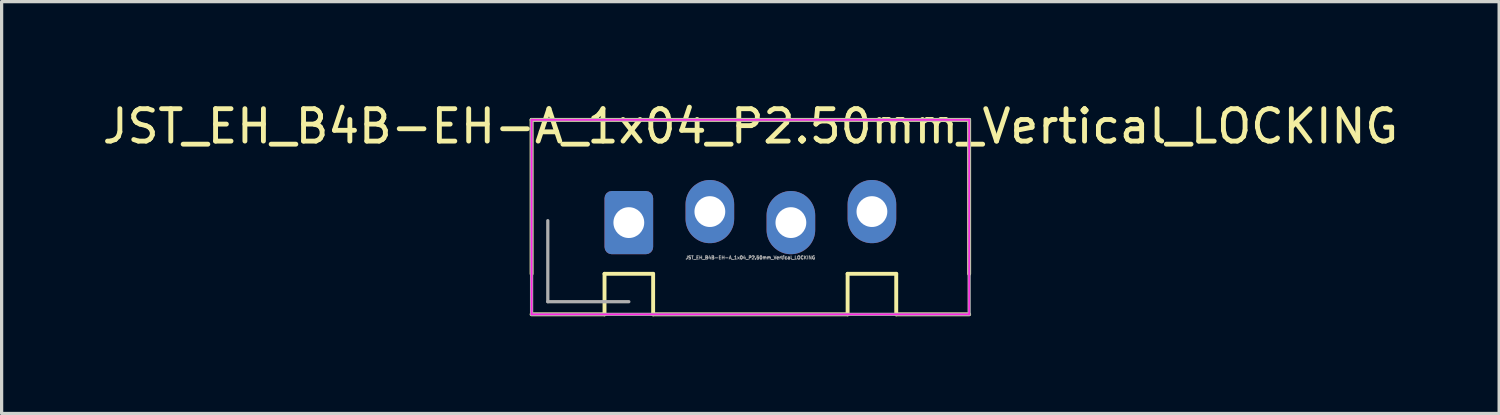
<source format=kicad_pcb>
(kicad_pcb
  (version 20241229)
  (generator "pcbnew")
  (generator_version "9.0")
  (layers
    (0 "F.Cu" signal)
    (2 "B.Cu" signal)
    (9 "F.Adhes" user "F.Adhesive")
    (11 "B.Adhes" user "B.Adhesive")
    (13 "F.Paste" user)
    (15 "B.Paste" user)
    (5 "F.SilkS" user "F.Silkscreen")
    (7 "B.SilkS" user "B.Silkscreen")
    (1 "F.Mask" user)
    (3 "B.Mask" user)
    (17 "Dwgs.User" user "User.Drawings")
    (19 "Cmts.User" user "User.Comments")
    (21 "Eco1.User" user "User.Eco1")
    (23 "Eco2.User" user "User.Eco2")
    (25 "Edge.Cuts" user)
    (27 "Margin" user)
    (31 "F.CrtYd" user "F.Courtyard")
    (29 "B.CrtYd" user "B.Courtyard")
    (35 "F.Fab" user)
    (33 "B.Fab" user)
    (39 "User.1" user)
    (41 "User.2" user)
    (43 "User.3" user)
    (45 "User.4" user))
  (footprint "JST_EH_B4B-EH-A_1x04_P2.50mm_Vertical_LOCKING"
    (layer "F.Cu")
    (at 16.351 3.648)
    (property "Reference" "JST_EH_B4B-EH-A_1x04_P2.50mm_Vertical_LOCKING" (at 3.75 -2.8 0) (layer "F.SilkS") (effects (font (size 1 1) (thickness 0.15))))
    (attr through_hole)
    (fp_line (start -3 -3) (end 10.5 -3) (stroke (width 0.12) (type solid)) (layer "F.SilkS"))
    (fp_line (start -3 1.75) (end -3 -3) (stroke (width 0.12) (type solid)) (layer "F.SilkS"))
    (fp_line (start -3 3) (end -0.75 3) (stroke (width 0.12) (type solid)) (layer "F.SilkS"))
    (fp_line (start -0.75 1.75) (end 0.75 1.75) (stroke (width 0.12) (type solid)) (layer "F.SilkS"))
    (fp_line (start -0.75 3) (end -0.75 1.75) (stroke (width 0.12) (type solid)) (layer "F.SilkS"))
    (fp_line (start 0.75 1.75) (end 0.75 3) (stroke (width 0.12) (type solid)) (layer "F.SilkS"))
    (fp_line (start 0.75 3) (end 6.75 3) (stroke (width 0.12) (type solid)) (layer "F.SilkS"))
    (fp_line (start 6.75 1.75) (end 8.25 1.75) (stroke (width 0.12) (type solid)) (layer "F.SilkS"))
    (fp_line (start 6.75 3) (end 6.75 1.75) (stroke (width 0.12) (type solid)) (layer "F.SilkS"))
    (fp_line (start 8.25 1.75) (end 8.25 3) (stroke (width 0.12) (type solid)) (layer "F.SilkS"))
    (fp_line (start 8.25 3) (end 10.5 3) (stroke (width 0.12) (type solid)) (layer "F.SilkS"))
    (fp_line (start 10.5 1.75) (end 10.5 -3) (stroke (width 0.12) (type solid)) (layer "F.SilkS"))
    (fp_line (start -3 -3) (end -3 3) (stroke (width 0.05) (type solid)) (layer "F.CrtYd"))
    (fp_line (start -3 3) (end 10.5 3) (stroke (width 0.05) (type solid)) (layer "F.CrtYd"))
    (fp_line (start 10.5 -3) (end -3 -3) (stroke (width 0.05) (type solid)) (layer "F.CrtYd"))
    (fp_line (start 10.5 3) (end 10.5 -3) (stroke (width 0.05) (type solid)) (layer "F.CrtYd"))
    (fp_line (start -3 -3) (end -3 3) (stroke (width 0.1) (type solid)) (layer "F.Fab"))
    (fp_line (start -3 3) (end 10.5 3) (stroke (width 0.1) (type solid)) (layer "F.Fab"))
    (fp_line (start -2.5 0.11) (end -2.5 2.61) (stroke (width 0.1) (type solid)) (layer "F.Fab"))
    (fp_line (start -2.5 2.61) (end 0 2.61) (stroke (width 0.1) (type solid)) (layer "F.Fab"))
    (fp_line (start 10.5 -3) (end -3 -3) (stroke (width 0.1) (type solid)) (layer "F.Fab"))
    (fp_line (start 10.5 3) (end 10.5 -3) (stroke (width 0.1) (type solid)) (layer "F.Fab"))
    (fp_text user "${REFERENCE}" (at 3.75 1.25 0) (layer "F.Fab") (effects (font (size 0.1 0.1) (thickness 0.025))))
    (pad "1" thru_hole roundrect (at 0 0.17) (size 1.5 1.95) (drill 0.95) (layers "*.Cu" "*.Mask") (roundrect_rratio 0.147))
    (pad "2" thru_hole oval (at 2.5 -0.17) (size 1.5 1.95) (drill 0.95) (layers "*.Cu" "*.Mask"))
    (pad "3" thru_hole oval (at 5 0.17) (size 1.5 1.95) (drill 0.95) (layers "*.Cu" "*.Mask"))
    (pad "4" thru_hole oval (at 7.5 -0.17) (size 1.5 1.95) (drill 0.95) (layers "*.Cu" "*.Mask")))
  (gr_rect
    (start -3 -3)
    (end 43.202 9.708)
    (stroke (width 0.1) (type default))
    (fill no)
    (layer "Edge.Cuts")))
</source>
